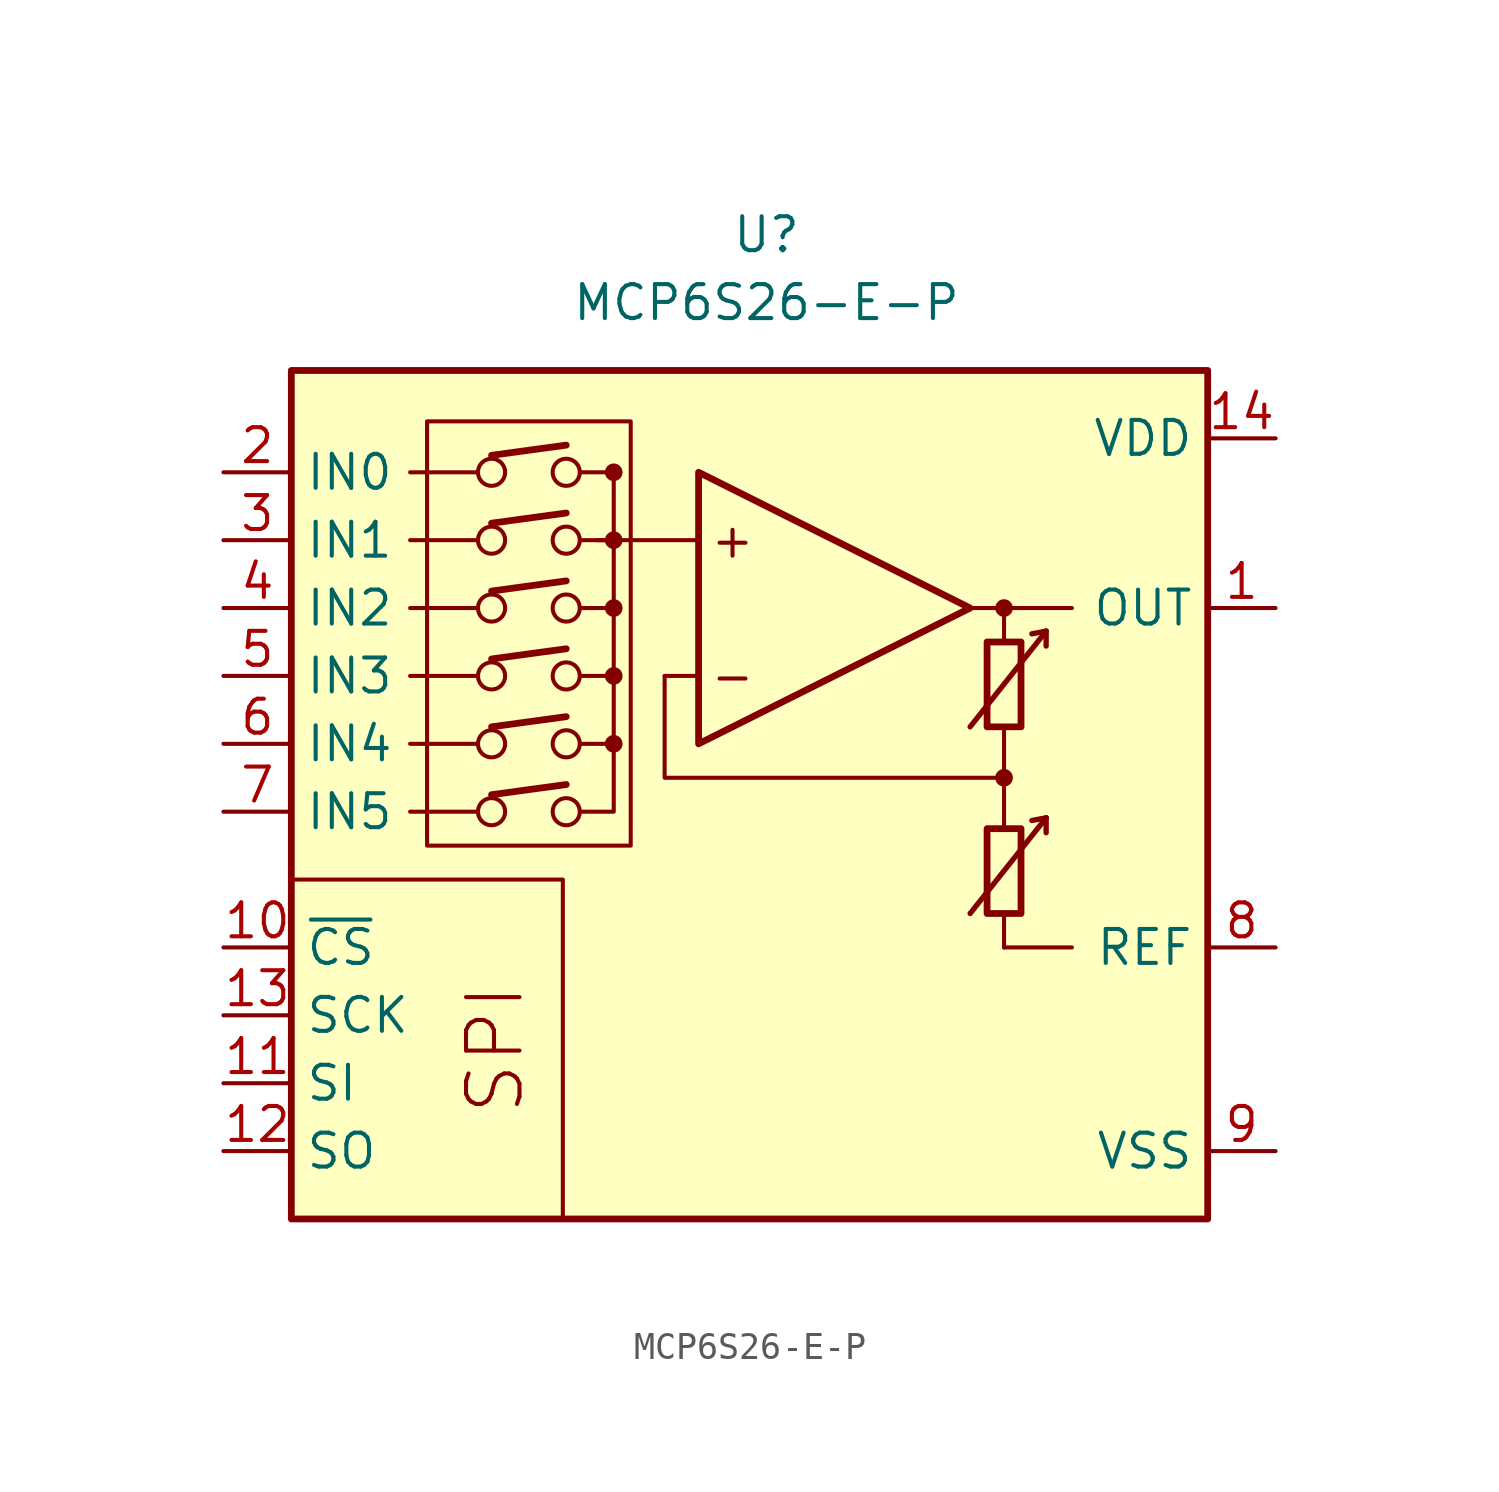
<source format=kicad_sym>
(kicad_symbol_lib
  (version 20211014)
  (generator kicad_symbol_editor)
  (symbol "MCP6S26-E-P"
    (property "Reference" "U"
      (at 0 19.05 0)
      (effects (font (size 1.27 1.27))))
    (property "Value" "MCP6S26-E-P"
      (at 0 16.51 0)
      (effects (font (size 1.27 1.27))))
    (symbol "MCP6S26-E-P_0_0"
      (rectangle (start -12.7 12.065) (end -5.08 -3.81) (stroke (width 0.152) (type default) (color 0 0 0 0)) (fill (type none)))
      (circle (center -10.287 -2.54) (radius 0.508) (stroke (width 0) (type default) (color 0 0 0 0)) (fill (type none)))
      (circle (center -10.287 0) (radius 0.508) (stroke (width 0) (type default) (color 0 0 0 0)) (fill (type none)))
      (circle (center -10.287 2.54) (radius 0.508) (stroke (width 0) (type default) (color 0 0 0 0)) (fill (type none)))
      (circle (center -10.287 5.08) (radius 0.508) (stroke (width 0) (type default) (color 0 0 0 0)) (fill (type none)))
      (circle (center -10.287 7.62) (radius 0.508) (stroke (width 0) (type default) (color 0 0 0 0)) (fill (type none)))
      (circle (center -10.287 10.16) (radius 0.508) (stroke (width 0) (type default) (color 0 0 0 0)) (fill (type none)))
      (circle (center -7.493 -2.54) (radius 0.508) (stroke (width 0) (type default) (color 0 0 0 0)) (fill (type none)))
      (circle (center -7.493 0) (radius 0.508) (stroke (width 0) (type default) (color 0 0 0 0)) (fill (type none)))
      (circle (center -7.493 2.54) (radius 0.508) (stroke (width 0) (type default) (color 0 0 0 0)) (fill (type none)))
      (circle (center -7.493 5.08) (radius 0.508) (stroke (width 0) (type default) (color 0 0 0 0)) (fill (type none)))
      (circle (center -7.493 7.62) (radius 0.508) (stroke (width 0) (type default) (color 0 0 0 0)) (fill (type none)))
      (circle (center -7.493 10.16) (radius 0.508) (stroke (width 0) (type default) (color 0 0 0 0)) (fill (type none)))
      (circle (center -5.715 0) (radius 0.254) (stroke (width 0.152) (type default) (color 0 0 0 0)) (fill (type outline)))
      (circle (center -5.715 2.54) (radius 0.254) (stroke (width 0.152) (type default) (color 0 0 0 0)) (fill (type outline)))
      (circle (center -5.715 5.08) (radius 0.254) (stroke (width 0.152) (type default) (color 0 0 0 0)) (fill (type outline)))
      (circle (center -5.715 7.62) (radius 0.254) (stroke (width 0.152) (type default) (color 0 0 0 0)) (fill (type outline)))
      (circle (center -5.715 10.16) (radius 0.254) (stroke (width 0.152) (type default) (color 0 0 0 0)) (fill (type outline)))
      (polyline (pts (xy 8.89 -3.81)) (stroke (width 0.152) (type default) (color 0 0 0 0)) (fill (type none)))
      (polyline (pts (xy 8.89 3.81)) (stroke (width 0.152) (type default) (color 0 0 0 0)) (fill (type none)))
      (polyline (pts (xy -10.795 -2.54) (xy -13.335 -2.54)) (stroke (width 0.152) (type default) (color 0 0 0 0)) (fill (type none)))
      (polyline (pts (xy -10.795 0) (xy -13.335 0)) (stroke (width 0.152) (type default) (color 0 0 0 0)) (fill (type none)))
      (polyline (pts (xy -10.795 2.54) (xy -13.335 2.54)) (stroke (width 0.152) (type default) (color 0 0 0 0)) (fill (type none)))
      (polyline (pts (xy -10.795 5.08) (xy -13.335 5.08)) (stroke (width 0.152) (type default) (color 0 0 0 0)) (fill (type none)))
      (polyline (pts (xy -10.795 7.62) (xy -13.335 7.62)) (stroke (width 0.152) (type default) (color 0 0 0 0)) (fill (type none)))
      (polyline (pts (xy -10.795 10.16) (xy -13.335 10.16)) (stroke (width 0.152) (type default) (color 0 0 0 0)) (fill (type none)))
      (polyline (pts (xy -10.287 -1.905) (xy -7.493 -1.524)) (stroke (width 0.254) (type default) (color 0 0 0 0)) (fill (type none)))
      (polyline (pts (xy -10.287 0.635) (xy -7.493 1.016)) (stroke (width 0.254) (type default) (color 0 0 0 0)) (fill (type none)))
      (polyline (pts (xy -10.287 3.175) (xy -7.493 3.556)) (stroke (width 0.254) (type default) (color 0 0 0 0)) (fill (type none)))
      (polyline (pts (xy -10.287 5.715) (xy -7.493 6.096)) (stroke (width 0.254) (type default) (color 0 0 0 0)) (fill (type none)))
      (polyline (pts (xy -10.287 8.255) (xy -7.493 8.636)) (stroke (width 0.254) (type default) (color 0 0 0 0)) (fill (type none)))
      (polyline (pts (xy -10.287 10.795) (xy -7.493 11.176)) (stroke (width 0.254) (type default) (color 0 0 0 0)) (fill (type none)))
      (polyline (pts (xy -5.715 10.16) (xy -6.985 10.16)) (stroke (width 0.152) (type default) (color 0 0 0 0)) (fill (type none)))
      (polyline (pts (xy -2.54 2.54) (xy -3.81 2.54)) (stroke (width 0.152) (type default) (color 0 0 0 0)) (fill (type none)))
      (polyline (pts (xy -2.54 7.62) (xy -6.35 7.62)) (stroke (width 0.152) (type default) (color 0 0 0 0)) (fill (type none)))
      (polyline (pts (xy 7.62 5.08) (xy 11.43 5.08)) (stroke (width 0.152) (type default) (color 0 0 0 0)) (fill (type none)))
      (polyline (pts (xy 8.89 -6.35) (xy 8.89 -7.62)) (stroke (width 0.152) (type default) (color 0 0 0 0)) (fill (type none)))
      (polyline (pts (xy 8.89 -1.27) (xy 8.89 -3.175)) (stroke (width 0.152) (type default) (color 0 0 0 0)) (fill (type none)))
      (polyline (pts (xy 8.89 0.635) (xy 8.89 -1.27)) (stroke (width 0.152) (type default) (color 0 0 0 0)) (fill (type none)))
      (polyline (pts (xy 8.89 5.08) (xy 8.89 3.81)) (stroke (width 0.152) (type default) (color 0 0 0 0)) (fill (type none)))
      (polyline (pts (xy -7.62 -17.78) (xy -7.62 -5.08) (xy -17.78 -5.08)) (stroke (width 0.152) (type default) (color 0 0 0 0)) (fill (type none)))
      (polyline (pts (xy -6.985 -2.54) (xy -5.715 -2.54) (xy -5.715 0)) (stroke (width 0.152) (type default) (color 0 0 0 0)) (fill (type none)))
      (polyline (pts (xy -6.985 0) (xy -5.715 0) (xy -5.715 2.54)) (stroke (width 0.152) (type default) (color 0 0 0 0)) (fill (type none)))
      (polyline (pts (xy -6.985 2.54) (xy -5.715 2.54) (xy -5.715 5.08)) (stroke (width 0.152) (type default) (color 0 0 0 0)) (fill (type none)))
      (polyline (pts (xy -6.985 5.08) (xy -5.715 5.08) (xy -5.715 7.62)) (stroke (width 0.152) (type default) (color 0 0 0 0)) (fill (type none)))
      (polyline (pts (xy -6.985 7.62) (xy -5.715 7.62) (xy -5.715 10.16)) (stroke (width 0.152) (type default) (color 0 0 0 0)) (fill (type none)))
      (polyline (pts (xy 8.89 -1.27) (xy -3.81 -1.27) (xy -3.81 2.54)) (stroke (width 0.152) (type default) (color 0 0 0 0)) (fill (type none)))
      (circle (center 8.89 -1.27) (radius 0.254) (stroke (width 0.152) (type default) (color 0 0 0 0)) (fill (type outline)))
      (circle (center 8.89 5.08) (radius 0.254) (stroke (width 0.152) (type default) (color 0 0 0 0)) (fill (type outline)))
      (text "+" (at -1.27 7.62 0) (effects (font (size 1.27 1.27))))
      (text "-" (at -1.27 2.54 0) (effects (font (size 1.27 1.27))))
      (text "SPI" (at -10.16 -11.43 900) (effects (font (size 2 2)))))
    (symbol "MCP6S26-E-P_0_1"
      (rectangle (start -17.78 13.97) (end 16.51 -17.78) (stroke (width 0.254) (type default) (color 0 0 0 0)) (fill (type background)))
      (polyline (pts (xy 8.89 -7.62) (xy 11.43 -7.62)) (stroke (width 0) (type default) (color 0 0 0 0)) (fill (type none)))
      (polyline (pts (xy 10.465 -2.769) (xy 9.931 -2.87)) (stroke (width 0.2) (type default) (color 0 0 0 0)) (fill (type none)))
      (polyline (pts (xy 10.465 -2.769) (xy 10.465 -3.327)) (stroke (width 0.2) (type default) (color 0 0 0 0)) (fill (type none)))
      (polyline (pts (xy 10.465 4.216) (xy 9.931 4.115)) (stroke (width 0.2) (type default) (color 0 0 0 0)) (fill (type none)))
      (polyline (pts (xy 10.465 4.216) (xy 10.465 3.658)) (stroke (width 0.2) (type default) (color 0 0 0 0)) (fill (type none)))
      (polyline (pts (xy -2.54 10.16) (xy -2.54 0) (xy 7.62 5.08) (xy -2.54 10.16)) (stroke (width 0.254) (type default) (color 0 0 0 0)) (fill (type background)))
      (polyline (pts (xy 7.62 -6.35) (xy 10.465 -2.769) (xy 10.465 -2.769) (xy 10.465 -2.769)) (stroke (width 0.2) (type default) (color 0 0 0 0)) (fill (type none)))
      (polyline (pts (xy 7.62 0.635) (xy 10.465 4.216) (xy 10.465 4.216) (xy 10.465 4.216)) (stroke (width 0.2) (type default) (color 0 0 0 0)) (fill (type none)))
      (rectangle (start 8.255 -3.175) (end 9.525 -6.35) (stroke (width 0.254) (type default) (color 0 0 0 0)) (fill (type none)))
      (rectangle (start 8.255 3.81) (end 9.525 0.635) (stroke (width 0.254) (type default) (color 0 0 0 0)) (fill (type none))))
    (symbol "MCP6S26-E-P_1_1"
      (pin output line (at 19.05 5.08 180) (length 2.54) (name "OUT" (effects (font (size 1.27 1.27)))) (number "1" (effects (font (size 1.27 1.27)))))
      (pin input line (at -20.32 -7.62 0) (length 2.54) (name "~{CS}" (effects (font (size 1.27 1.27)))) (number "10" (effects (font (size 1.27 1.27)))))
      (pin input line (at -20.32 -12.7 0) (length 2.54) (name "SI" (effects (font (size 1.27 1.27)))) (number "11" (effects (font (size 1.27 1.27)))))
      (pin output line (at -20.32 -15.24 0) (length 2.54) (name "SO" (effects (font (size 1.27 1.27)))) (number "12" (effects (font (size 1.27 1.27)))))
      (pin input line (at -20.32 -10.16 0) (length 2.54) (name "SCK" (effects (font (size 1.27 1.27)))) (number "13" (effects (font (size 1.27 1.27)))))
      (pin power_in line (at 19.05 11.43 180) (length 2.54) (name "VDD" (effects (font (size 1.27 1.27)))) (number "14" (effects (font (size 1.27 1.27)))))
      (pin input line (at -20.32 10.16 0) (length 2.54) (name "IN0" (effects (font (size 1.27 1.27)))) (number "2" (effects (font (size 1.27 1.27)))))
      (pin input line (at -20.32 7.62 0) (length 2.54) (name "IN1" (effects (font (size 1.27 1.27)))) (number "3" (effects (font (size 1.27 1.27)))))
      (pin input line (at -20.32 5.08 0) (length 2.54) (name "IN2" (effects (font (size 1.27 1.27)))) (number "4" (effects (font (size 1.27 1.27)))))
      (pin input line (at -20.32 2.54 0) (length 2.54) (name "IN3" (effects (font (size 1.27 1.27)))) (number "5" (effects (font (size 1.27 1.27)))))
      (pin input line (at -20.32 0 0) (length 2.54) (name "IN4" (effects (font (size 1.27 1.27)))) (number "6" (effects (font (size 1.27 1.27)))))
      (pin input line (at -20.32 -2.54 0) (length 2.54) (name "IN5" (effects (font (size 1.27 1.27)))) (number "7" (effects (font (size 1.27 1.27)))))
      (pin passive line (at 19.05 -7.62 180) (length 2.54) (name "REF" (effects (font (size 1.27 1.27)))) (number "8" (effects (font (size 1.27 1.27)))))
      (pin power_in line (at 19.05 -15.24 180) (length 2.54) (name "VSS" (effects (font (size 1.27 1.27)))) (number "9" (effects (font (size 1.27 1.27))))))))
</source>
